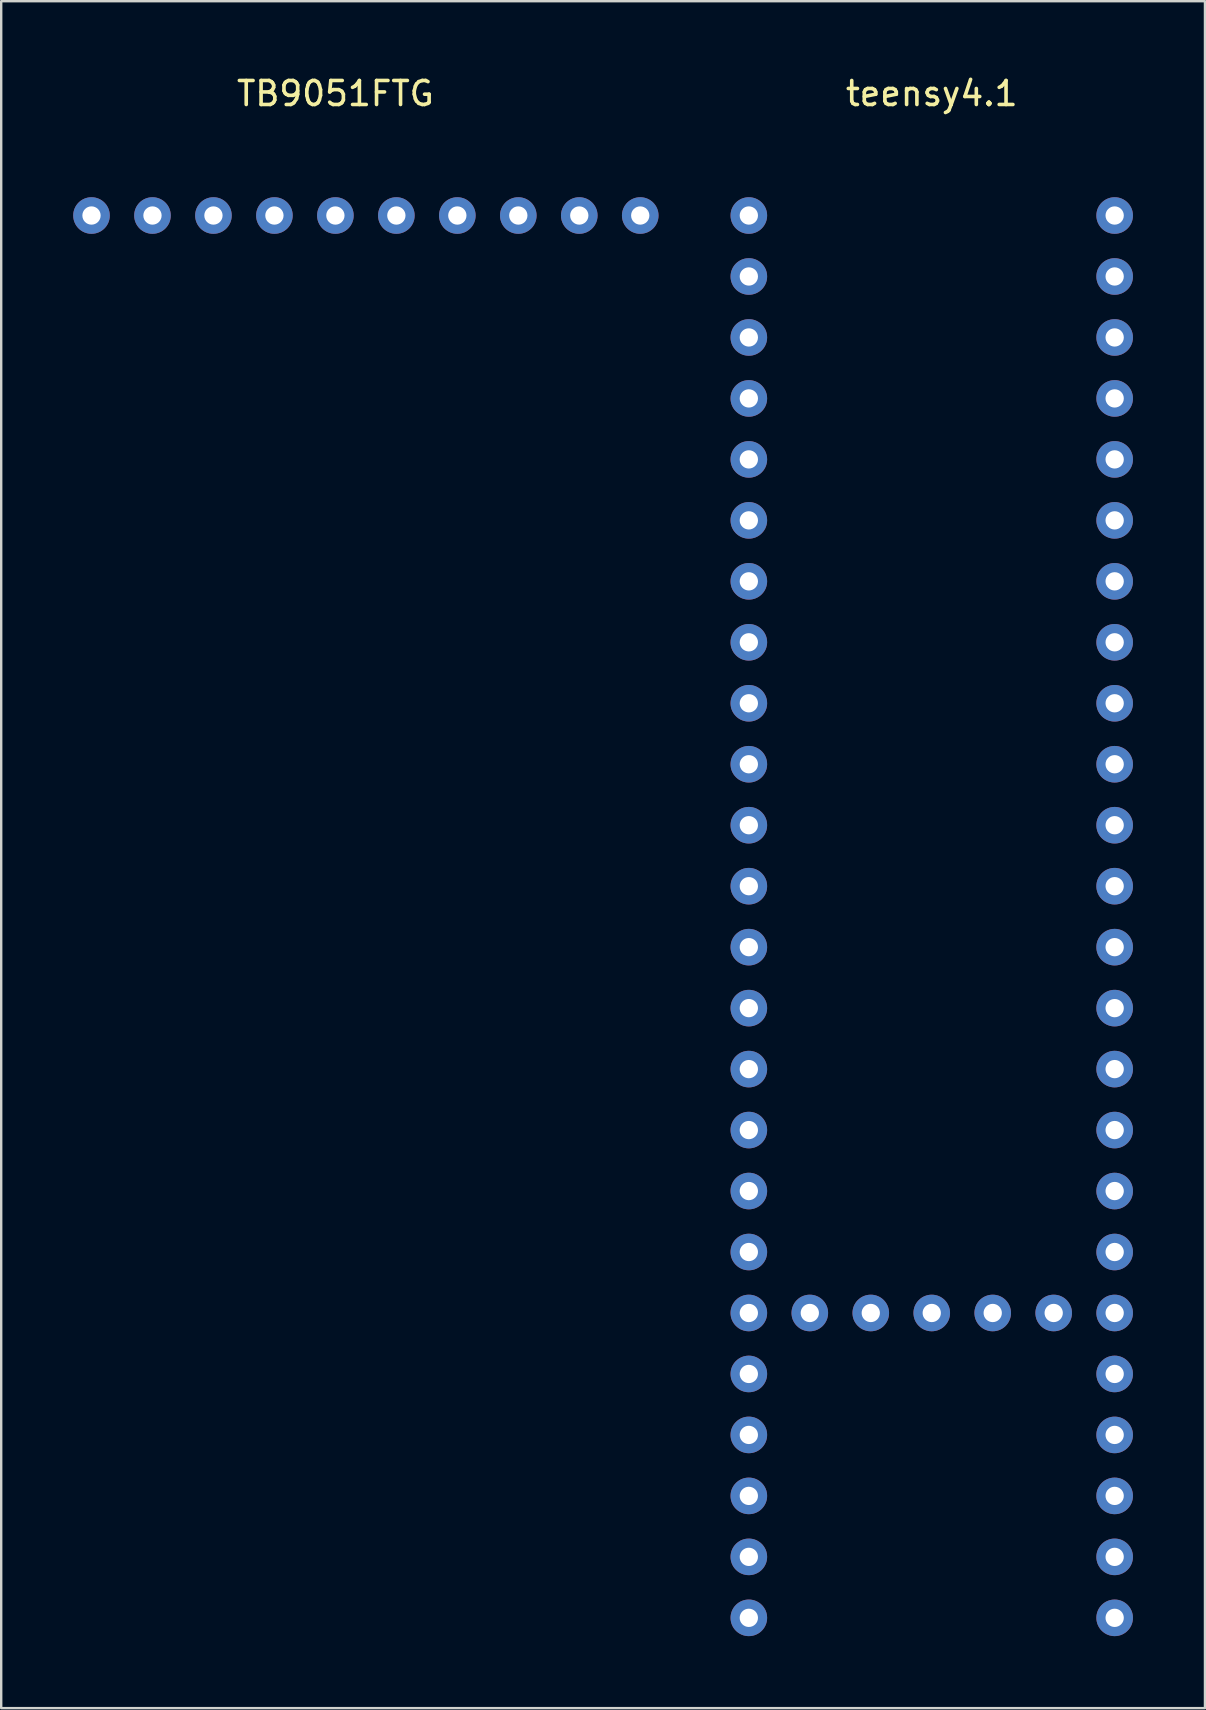
<source format=kicad_pcb>
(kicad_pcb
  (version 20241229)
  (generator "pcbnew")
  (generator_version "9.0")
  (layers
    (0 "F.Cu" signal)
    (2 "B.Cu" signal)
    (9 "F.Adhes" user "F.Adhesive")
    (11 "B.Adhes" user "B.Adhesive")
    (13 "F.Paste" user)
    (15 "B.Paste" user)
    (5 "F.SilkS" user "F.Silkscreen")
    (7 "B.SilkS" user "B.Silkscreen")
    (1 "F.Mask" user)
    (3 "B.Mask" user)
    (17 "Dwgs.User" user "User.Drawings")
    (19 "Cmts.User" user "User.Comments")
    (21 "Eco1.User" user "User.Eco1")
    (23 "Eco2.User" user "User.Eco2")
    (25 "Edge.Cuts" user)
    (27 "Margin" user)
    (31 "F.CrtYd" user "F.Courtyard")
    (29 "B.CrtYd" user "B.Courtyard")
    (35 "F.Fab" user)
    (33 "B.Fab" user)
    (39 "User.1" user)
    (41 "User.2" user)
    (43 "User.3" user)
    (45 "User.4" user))
  (footprint "teensy4.1"
    (layer "F.Cu")
    (at 35.766 13.548)
    (property "Reference" "teensy4.1" (at 0 -12.7 0) (layer "F.SilkS") (effects (font (size 1 1) (thickness 0.15))))
    (attr through_hole)
    (pad "1" thru_hole circle (at -7.62 -7.62) (size 1.524 1.524) (drill 0.762) (layers "*.Cu" "*.Mask"))
    (pad "2" thru_hole circle (at -7.62 -5.08) (size 1.524 1.524) (drill 0.762) (layers "*.Cu" "*.Mask"))
    (pad "3" thru_hole circle (at -7.62 -2.54) (size 1.524 1.524) (drill 0.762) (layers "*.Cu" "*.Mask"))
    (pad "4" thru_hole circle (at -7.62 0) (size 1.524 1.524) (drill 0.762) (layers "*.Cu" "*.Mask"))
    (pad "5" thru_hole circle (at -7.62 2.54) (size 1.524 1.524) (drill 0.762) (layers "*.Cu" "*.Mask"))
    (pad "6" thru_hole circle (at -7.62 5.08) (size 1.524 1.524) (drill 0.762) (layers "*.Cu" "*.Mask"))
    (pad "7" thru_hole circle (at -7.62 7.62) (size 1.524 1.524) (drill 0.762) (layers "*.Cu" "*.Mask"))
    (pad "8" thru_hole circle (at -7.62 10.16) (size 1.524 1.524) (drill 0.762) (layers "*.Cu" "*.Mask"))
    (pad "9" thru_hole circle (at -7.62 12.7) (size 1.524 1.524) (drill 0.762) (layers "*.Cu" "*.Mask"))
    (pad "10" thru_hole circle (at -7.62 15.24) (size 1.524 1.524) (drill 0.762) (layers "*.Cu" "*.Mask"))
    (pad "11" thru_hole circle (at -7.62 17.78) (size 1.524 1.524) (drill 0.762) (layers "*.Cu" "*.Mask"))
    (pad "12" thru_hole circle (at -7.62 20.32) (size 1.524 1.524) (drill 0.762) (layers "*.Cu" "*.Mask"))
    (pad "13" thru_hole circle (at -7.62 22.86) (size 1.524 1.524) (drill 0.762) (layers "*.Cu" "*.Mask"))
    (pad "14" thru_hole circle (at -7.62 25.4) (size 1.524 1.524) (drill 0.762) (layers "*.Cu" "*.Mask"))
    (pad "15" thru_hole circle (at -7.62 27.94) (size 1.524 1.524) (drill 0.762) (layers "*.Cu" "*.Mask"))
    (pad "16" thru_hole circle (at -7.62 30.48) (size 1.524 1.524) (drill 0.762) (layers "*.Cu" "*.Mask"))
    (pad "17" thru_hole circle (at -7.62 33.02) (size 1.524 1.524) (drill 0.762) (layers "*.Cu" "*.Mask"))
    (pad "18" thru_hole circle (at -7.62 35.56) (size 1.524 1.524) (drill 0.762) (layers "*.Cu" "*.Mask"))
    (pad "19" thru_hole circle (at -7.62 38.1) (size 1.524 1.524) (drill 0.762) (layers "*.Cu" "*.Mask"))
    (pad "20" thru_hole circle (at -7.62 40.64) (size 1.524 1.524) (drill 0.762) (layers "*.Cu" "*.Mask"))
    (pad "21" thru_hole circle (at -7.62 43.18) (size 1.524 1.524) (drill 0.762) (layers "*.Cu" "*.Mask"))
    (pad "22" thru_hole circle (at -7.62 45.72) (size 1.524 1.524) (drill 0.762) (layers "*.Cu" "*.Mask"))
    (pad "23" thru_hole circle (at -7.62 48.26) (size 1.524 1.524) (drill 0.762) (layers "*.Cu" "*.Mask"))
    (pad "24" thru_hole circle (at -7.62 50.8) (size 1.524 1.524) (drill 0.762) (layers "*.Cu" "*.Mask"))
    (pad "25" thru_hole circle (at 7.62 50.8) (size 1.524 1.524) (drill 0.762) (layers "*.Cu" "*.Mask"))
    (pad "26" thru_hole circle (at 7.62 48.26) (size 1.524 1.524) (drill 0.762) (layers "*.Cu" "*.Mask"))
    (pad "27" thru_hole circle (at 7.62 45.72) (size 1.524 1.524) (drill 0.762) (layers "*.Cu" "*.Mask"))
    (pad "28" thru_hole circle (at 7.62 43.18) (size 1.524 1.524) (drill 0.762) (layers "*.Cu" "*.Mask"))
    (pad "29" thru_hole circle (at 7.62 40.64) (size 1.524 1.524) (drill 0.762) (layers "*.Cu" "*.Mask"))
    (pad "30" thru_hole circle (at 7.62 38.1) (size 1.524 1.524) (drill 0.762) (layers "*.Cu" "*.Mask"))
    (pad "31" thru_hole circle (at 7.62 35.56) (size 1.524 1.524) (drill 0.762) (layers "*.Cu" "*.Mask"))
    (pad "32" thru_hole circle (at 7.62 33.02) (size 1.524 1.524) (drill 0.762) (layers "*.Cu" "*.Mask"))
    (pad "33" thru_hole circle (at 7.62 30.48) (size 1.524 1.524) (drill 0.762) (layers "*.Cu" "*.Mask"))
    (pad "34" thru_hole circle (at 7.62 27.94) (size 1.524 1.524) (drill 0.762) (layers "*.Cu" "*.Mask"))
    (pad "35" thru_hole circle (at 7.62 25.4) (size 1.524 1.524) (drill 0.762) (layers "*.Cu" "*.Mask"))
    (pad "36" thru_hole circle (at 7.62 22.86) (size 1.524 1.524) (drill 0.762) (layers "*.Cu" "*.Mask"))
    (pad "37" thru_hole circle (at 7.62 20.32) (size 1.524 1.524) (drill 0.762) (layers "*.Cu" "*.Mask"))
    (pad "38" thru_hole circle (at 7.62 17.78) (size 1.524 1.524) (drill 0.762) (layers "*.Cu" "*.Mask"))
    (pad "39" thru_hole circle (at 7.62 15.24) (size 1.524 1.524) (drill 0.762) (layers "*.Cu" "*.Mask"))
    (pad "40" thru_hole circle (at 7.62 12.7) (size 1.524 1.524) (drill 0.762) (layers "*.Cu" "*.Mask"))
    (pad "41" thru_hole circle (at 7.62 10.16) (size 1.524 1.524) (drill 0.762) (layers "*.Cu" "*.Mask"))
    (pad "42" thru_hole circle (at 7.62 7.62) (size 1.524 1.524) (drill 0.762) (layers "*.Cu" "*.Mask"))
    (pad "43" thru_hole circle (at 7.62 5.08) (size 1.524 1.524) (drill 0.762) (layers "*.Cu" "*.Mask"))
    (pad "44" thru_hole circle (at 7.62 2.54) (size 1.524 1.524) (drill 0.762) (layers "*.Cu" "*.Mask"))
    (pad "45" thru_hole circle (at 7.62 0) (size 1.524 1.524) (drill 0.762) (layers "*.Cu" "*.Mask"))
    (pad "46" thru_hole circle (at 7.62 -2.54) (size 1.524 1.524) (drill 0.762) (layers "*.Cu" "*.Mask"))
    (pad "47" thru_hole circle (at 7.62 -5.08) (size 1.524 1.524) (drill 0.762) (layers "*.Cu" "*.Mask"))
    (pad "48" thru_hole circle (at 7.62 -7.62) (size 1.524 1.524) (drill 0.762) (layers "*.Cu" "*.Mask"))
    (pad "50" thru_hole circle (at -5.08 38.1) (size 1.524 1.524) (drill 0.762) (layers "*.Cu" "*.Mask"))
    (pad "51" thru_hole circle (at -2.54 38.1) (size 1.524 1.524) (drill 0.762) (layers "*.Cu" "*.Mask"))
    (pad "52" thru_hole circle (at 0 38.1) (size 1.524 1.524) (drill 0.762) (layers "*.Cu" "*.Mask"))
    (pad "53" thru_hole circle (at 2.54 38.1) (size 1.524 1.524) (drill 0.762) (layers "*.Cu" "*.Mask"))
    (pad "54" thru_hole circle (at 5.08 38.1) (size 1.524 1.524) (drill 0.762) (layers "*.Cu" "*.Mask")))
  (footprint "TB9051FTG"
    (layer "F.Cu")
    (at 10.922 5.928)
    (property "Reference" "TB9051FTG" (at 0 -5.08 0) (layer "F.SilkS") (effects (font (size 1 1) (thickness 0.15))))
    (attr through_hole)
    (pad "5" thru_hole circle (at -10.16 0) (size 1.524 1.524) (drill 0.762) (layers "*.Cu" "*.Mask"))
    (pad "6" thru_hole circle (at -7.62 0) (size 1.524 1.524) (drill 0.762) (layers "*.Cu" "*.Mask"))
    (pad "7" thru_hole circle (at -5.08 0) (size 1.524 1.524) (drill 0.762) (layers "*.Cu" "*.Mask"))
    (pad "8" thru_hole circle (at -2.54 0) (size 1.524 1.524) (drill 0.762) (layers "*.Cu" "*.Mask"))
    (pad "9" thru_hole circle (at 0 0) (size 1.524 1.524) (drill 0.762) (layers "*.Cu" "*.Mask"))
    (pad "10" thru_hole circle (at 2.54 0) (size 1.524 1.524) (drill 0.762) (layers "*.Cu" "*.Mask"))
    (pad "11" thru_hole circle (at 5.08 0) (size 1.524 1.524) (drill 0.762) (layers "*.Cu" "*.Mask"))
    (pad "12" thru_hole circle (at 7.62 0) (size 1.524 1.524) (drill 0.762) (layers "*.Cu" "*.Mask"))
    (pad "13" thru_hole circle (at 10.16 0) (size 1.524 1.524) (drill 0.762) (layers "*.Cu" "*.Mask"))
    (pad "14" thru_hole circle (at 12.7 0) (size 1.524 1.524) (drill 0.762) (layers "*.Cu" "*.Mask")))
  (gr_rect
    (start -3 -3)
    (end 47.148 68.11)
    (stroke (width 0.1) (type default))
    (fill no)
    (layer "Edge.Cuts")))
</source>
